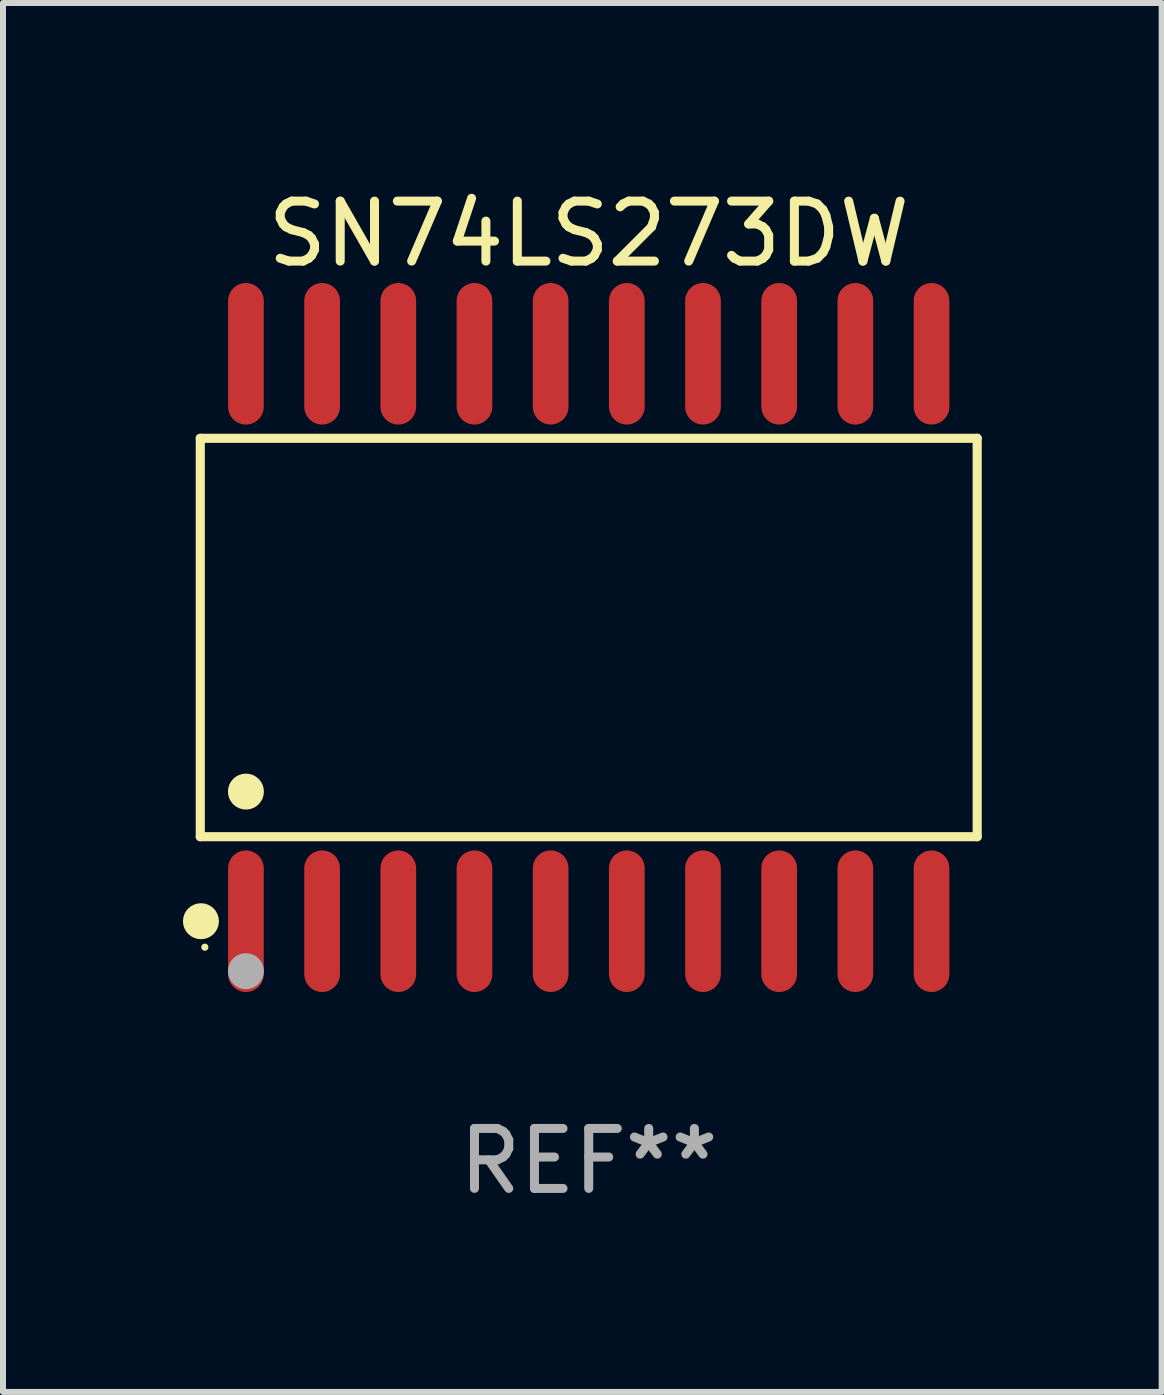
<source format=kicad_pcb>
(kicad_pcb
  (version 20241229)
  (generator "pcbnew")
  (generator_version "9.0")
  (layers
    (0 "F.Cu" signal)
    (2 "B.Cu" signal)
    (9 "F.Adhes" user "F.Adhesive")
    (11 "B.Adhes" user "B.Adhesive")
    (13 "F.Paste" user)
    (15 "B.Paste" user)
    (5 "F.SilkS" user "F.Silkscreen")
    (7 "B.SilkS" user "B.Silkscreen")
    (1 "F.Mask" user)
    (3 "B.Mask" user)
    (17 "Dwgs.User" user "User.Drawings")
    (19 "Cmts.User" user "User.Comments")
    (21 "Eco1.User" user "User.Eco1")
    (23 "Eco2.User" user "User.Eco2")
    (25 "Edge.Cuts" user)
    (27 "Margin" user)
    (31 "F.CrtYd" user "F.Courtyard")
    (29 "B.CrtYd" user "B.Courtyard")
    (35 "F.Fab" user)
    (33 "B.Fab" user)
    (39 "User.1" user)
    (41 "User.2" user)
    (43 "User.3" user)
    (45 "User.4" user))
  (footprint "SN74LS273DW"
    (layer "F.Cu")
    (at 6.765 7.578)
    (property "Reference" "SN74LS273DW" (at 0 -6.73 0) (layer "F.SilkS") (effects (font (size 1 1) (thickness 0.15))))
    (attr through_hole)
    (fp_line (start -6.476 -3.321) (end 6.476 -3.321) (stroke (width 0.152) (type solid)) (layer "F.SilkS"))
    (fp_line (start -6.476 3.321) (end -6.476 -3.321) (stroke (width 0.152) (type solid)) (layer "F.SilkS"))
    (fp_line (start 6.476 -3.321) (end 6.476 3.321) (stroke (width 0.152) (type solid)) (layer "F.SilkS"))
    (fp_line (start 6.476 3.321) (end -6.476 3.321) (stroke (width 0.152) (type solid)) (layer "F.SilkS"))
    (fp_circle (center -6.465 4.73) (end -6.315 4.73) (stroke (width 0.3) (type solid)) (fill no) (layer "F.SilkS"))
    (fp_circle (center -6.4 5.163) (end -6.37 5.163) (stroke (width 0.06) (type solid)) (fill no) (layer "F.SilkS"))
    (fp_circle (center -5.715 2.569) (end -5.565 2.569) (stroke (width 0.3) (type solid)) (fill no) (layer "F.SilkS"))
    (fp_circle (center -5.715 5.563) (end -5.565 5.563) (stroke (width 0.3) (type solid)) (fill no) (layer "F.Fab"))
    (fp_text user "REF**" (at 0 8.73 0) (layer "F.Fab") (effects (font (size 1 1) (thickness 0.15))))
    (pad "1" smd oval (at -5.715 4.73) (size 0.595 2.36) (layers "F.Cu" "F.Mask" "F.Paste"))
    (pad "2" smd oval (at -4.445 4.73) (size 0.595 2.36) (layers "F.Cu" "F.Mask" "F.Paste"))
    (pad "3" smd oval (at -3.175 4.73) (size 0.595 2.36) (layers "F.Cu" "F.Mask" "F.Paste"))
    (pad "4" smd oval (at -1.905 4.73) (size 0.595 2.36) (layers "F.Cu" "F.Mask" "F.Paste"))
    (pad "5" smd oval (at -0.635 4.73) (size 0.595 2.36) (layers "F.Cu" "F.Mask" "F.Paste"))
    (pad "6" smd oval (at 0.635 4.73) (size 0.595 2.36) (layers "F.Cu" "F.Mask" "F.Paste"))
    (pad "7" smd oval (at 1.905 4.73) (size 0.595 2.36) (layers "F.Cu" "F.Mask" "F.Paste"))
    (pad "8" smd oval (at 3.175 4.73) (size 0.595 2.36) (layers "F.Cu" "F.Mask" "F.Paste"))
    (pad "9" smd oval (at 4.445 4.73) (size 0.595 2.36) (layers "F.Cu" "F.Mask" "F.Paste"))
    (pad "10" smd oval (at 5.715 4.73) (size 0.595 2.36) (layers "F.Cu" "F.Mask" "F.Paste"))
    (pad "11" smd oval (at 5.715 -4.73) (size 0.595 2.36) (layers "F.Cu" "F.Mask" "F.Paste"))
    (pad "12" smd oval (at 4.445 -4.73) (size 0.595 2.36) (layers "F.Cu" "F.Mask" "F.Paste"))
    (pad "13" smd oval (at 3.175 -4.73) (size 0.595 2.36) (layers "F.Cu" "F.Mask" "F.Paste"))
    (pad "14" smd oval (at 1.905 -4.73) (size 0.595 2.36) (layers "F.Cu" "F.Mask" "F.Paste"))
    (pad "15" smd oval (at 0.635 -4.73) (size 0.595 2.36) (layers "F.Cu" "F.Mask" "F.Paste"))
    (pad "16" smd oval (at -0.635 -4.73) (size 0.595 2.36) (layers "F.Cu" "F.Mask" "F.Paste"))
    (pad "17" smd oval (at -1.905 -4.73) (size 0.595 2.36) (layers "F.Cu" "F.Mask" "F.Paste"))
    (pad "18" smd oval (at -3.175 -4.73) (size 0.595 2.36) (layers "F.Cu" "F.Mask" "F.Paste"))
    (pad "19" smd oval (at -4.445 -4.73) (size 0.595 2.36) (layers "F.Cu" "F.Mask" "F.Paste"))
    (pad "20" smd oval (at -5.715 -4.73) (size 0.595 2.36) (layers "F.Cu" "F.Mask" "F.Paste")))
  (gr_rect
    (start -3 -3)
    (end 16.317 20.156)
    (stroke (width 0.1) (type default))
    (fill no)
    (layer "Edge.Cuts")))
</source>
